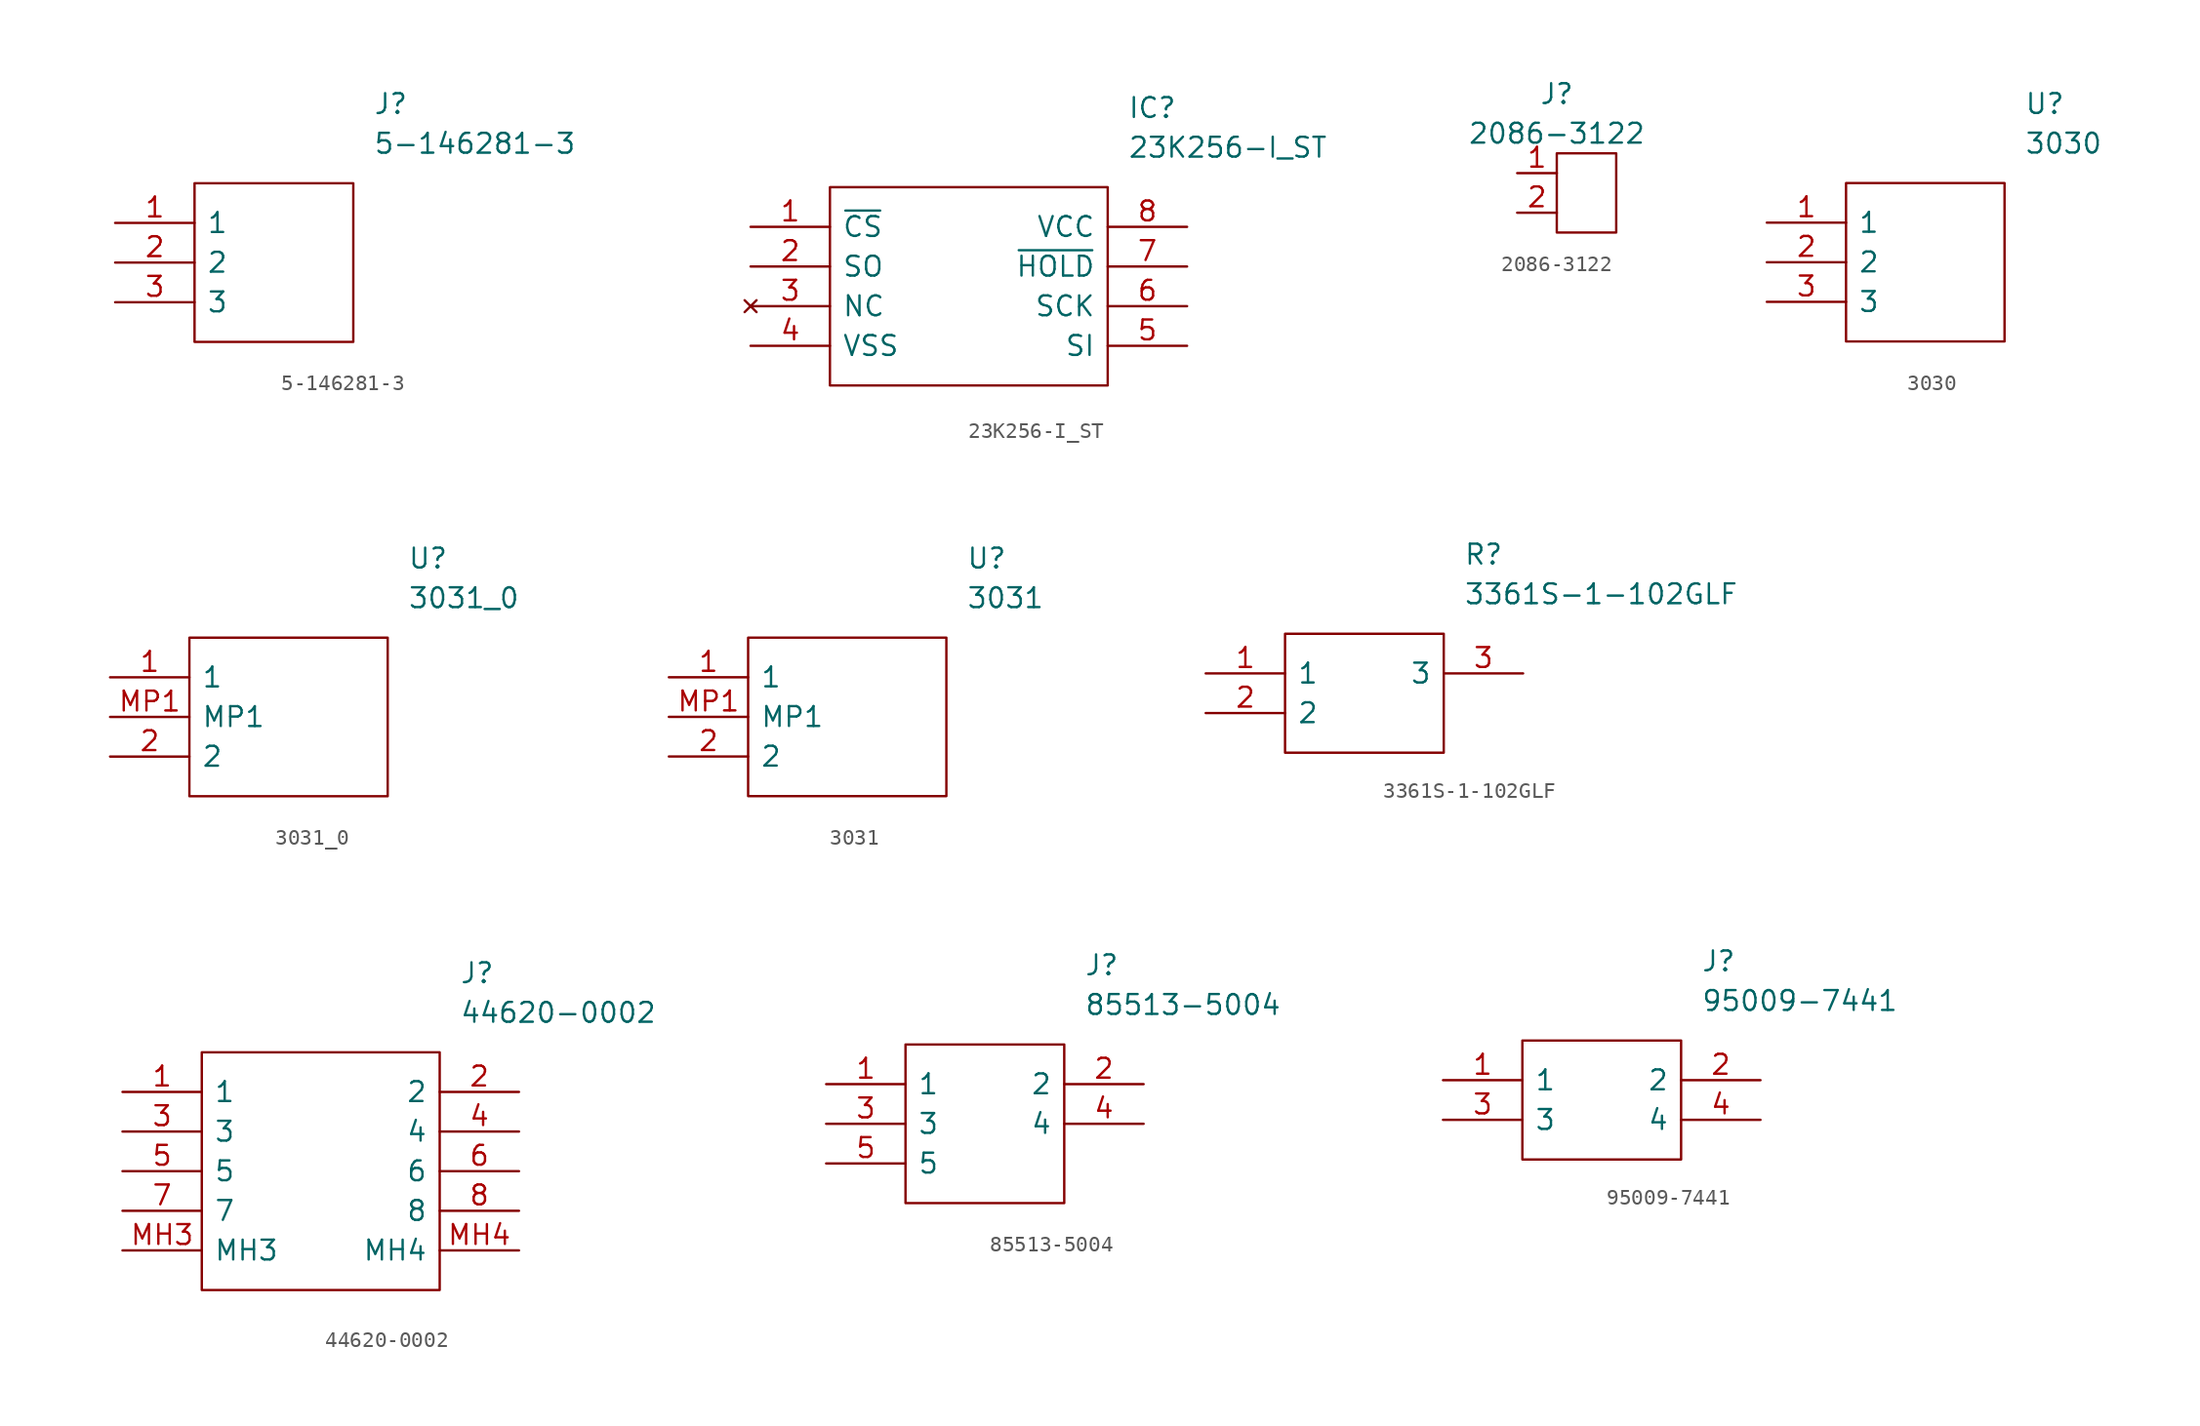
<source format=kicad_sym>
(kicad_symbol_lib
  (version 20211014)
  (generator kicad_symbol_editor)
  (symbol "5-146281-3"
    (pin_names
      (offset 0.762))
    (property "Reference" "J"
      (at 16.51 7.62 0)
      (effects (font (size 1.27 1.27)) (justify left)))
    (property "Value" "5-146281-3"
      (at 16.51 5.08 0)
      (effects (font (size 1.27 1.27)) (justify left)))
    (symbol "5-146281-3_0_0"
      (pin bidirectional line (at 0 0 0) (length 5.08) (name "1" (effects (font (size 1.27 1.27)))) (number "1" (effects (font (size 1.27 1.27)))))
      (pin bidirectional line (at 0 -2.54 0) (length 5.08) (name "2" (effects (font (size 1.27 1.27)))) (number "2" (effects (font (size 1.27 1.27)))))
      (pin bidirectional line (at 0 -5.08 0) (length 5.08) (name "3" (effects (font (size 1.27 1.27)))) (number "3" (effects (font (size 1.27 1.27))))))
    (symbol "5-146281-3_0_1"
      (polyline (pts (xy 5.08 2.54) (xy 15.24 2.54) (xy 15.24 -7.62) (xy 5.08 -7.62) (xy 5.08 2.54)) (stroke (width 0.152) (type default) (color 0 0 0 0)) (fill (type none)))))
  (symbol "23K256-I_ST"
    (pin_names
      (offset 0.762))
    (property "Reference" "IC"
      (at 24.13 7.62 0)
      (effects (font (size 1.27 1.27)) (justify left)))
    (property "Value" "23K256-I_ST"
      (at 24.13 5.08 0)
      (effects (font (size 1.27 1.27)) (justify left)))
    (symbol "23K256-I_ST_0_0"
      (pin passive line (at 0 0 0) (length 5.08) (name "~{CS}" (effects (font (size 1.27 1.27)))) (number "1" (effects (font (size 1.27 1.27)))))
      (pin passive line (at 0 -2.54 0) (length 5.08) (name "SO" (effects (font (size 1.27 1.27)))) (number "2" (effects (font (size 1.27 1.27)))))
      (pin no_connect line (at 0 -5.08 0) (length 5.08) (name "NC" (effects (font (size 1.27 1.27)))) (number "3" (effects (font (size 1.27 1.27)))))
      (pin passive line (at 0 -7.62 0) (length 5.08) (name "VSS" (effects (font (size 1.27 1.27)))) (number "4" (effects (font (size 1.27 1.27)))))
      (pin passive line (at 27.94 -7.62 180) (length 5.08) (name "SI" (effects (font (size 1.27 1.27)))) (number "5" (effects (font (size 1.27 1.27)))))
      (pin passive line (at 27.94 -5.08 180) (length 5.08) (name "SCK" (effects (font (size 1.27 1.27)))) (number "6" (effects (font (size 1.27 1.27)))))
      (pin passive line (at 27.94 -2.54 180) (length 5.08) (name "~{HOLD}" (effects (font (size 1.27 1.27)))) (number "7" (effects (font (size 1.27 1.27)))))
      (pin passive line (at 27.94 0 180) (length 5.08) (name "VCC" (effects (font (size 1.27 1.27)))) (number "8" (effects (font (size 1.27 1.27))))))
    (symbol "23K256-I_ST_0_1"
      (polyline (pts (xy 5.08 2.54) (xy 22.86 2.54) (xy 22.86 -10.16) (xy 5.08 -10.16) (xy 5.08 2.54)) (stroke (width 0.152) (type default) (color 0 0 0 0)) (fill (type none)))))
  (symbol "2086-3122"
    (pin_names
      (offset 5))
    (property "Reference" "J"
      (at 0 5.08 0)
      (effects (font (size 1.27 1.27))))
    (property "Value" "2086-3122"
      (at 0 2.54 0)
      (effects (font (size 1.27 1.27))))
    (symbol "2086-3122_0_1"
      (rectangle (start 0 1.27) (end 3.81 -3.81) (stroke (width 0.152) (type default) (color 0 0 0 0)) (fill (type none))))
    (symbol "2086-3122_1_1"
      (pin input line (at -2.54 0 0) (length 2.54) (name "" (effects (font (size 1.27 1.27)))) (number "1" (effects (font (size 1.27 1.27)))))
      (pin input line (at -2.54 -2.54 0) (length 2.54) (name "" (effects (font (size 1.27 1.27)))) (number "2" (effects (font (size 1.27 1.27)))))))
  (symbol "3030"
    (pin_names
      (offset 0.762))
    (property "Reference" "U"
      (at 16.51 7.62 0)
      (effects (font (size 1.27 1.27)) (justify left)))
    (property "Value" "3030"
      (at 16.51 5.08 0)
      (effects (font (size 1.27 1.27)) (justify left)))
    (symbol "3030_0_0"
      (pin passive line (at 0 0 0) (length 5.08) (name "1" (effects (font (size 1.27 1.27)))) (number "1" (effects (font (size 1.27 1.27)))))
      (pin passive line (at 0 -2.54 0) (length 5.08) (name "2" (effects (font (size 1.27 1.27)))) (number "2" (effects (font (size 1.27 1.27)))))
      (pin passive line (at 0 -5.08 0) (length 5.08) (name "3" (effects (font (size 1.27 1.27)))) (number "3" (effects (font (size 1.27 1.27))))))
    (symbol "3030_0_1"
      (polyline (pts (xy 5.08 2.54) (xy 15.24 2.54) (xy 15.24 -7.62) (xy 5.08 -7.62) (xy 5.08 2.54)) (stroke (width 0.152) (type default) (color 0 0 0 0)) (fill (type none)))))
  (symbol "3031_0"
    (pin_names
      (offset 0.762))
    (property "Reference" "U"
      (at 19.05 7.62 0)
      (effects (font (size 1.27 1.27)) (justify left)))
    (property "Value" "3031_0"
      (at 19.05 5.08 0)
      (effects (font (size 1.27 1.27)) (justify left)))
    (symbol "3031_0_0_0"
      (pin passive line (at 0 0 0) (length 5.08) (name "1" (effects (font (size 1.27 1.27)))) (number "1" (effects (font (size 1.27 1.27)))))
      (pin passive line (at 0 -5.08 0) (length 5.08) (name "2" (effects (font (size 1.27 1.27)))) (number "2" (effects (font (size 1.27 1.27)))))
      (pin passive line (at 0 -2.54 0) (length 5.08) (name "MP1" (effects (font (size 1.27 1.27)))) (number "MP1" (effects (font (size 1.27 1.27))))))
    (symbol "3031_0_0_1"
      (polyline (pts (xy 5.08 2.54) (xy 17.78 2.54) (xy 17.78 -7.62) (xy 5.08 -7.62) (xy 5.08 2.54)) (stroke (width 0.152) (type default) (color 0 0 0 0)) (fill (type none)))))
  (symbol "3031"
    (pin_names
      (offset 0.762))
    (property "Reference" "U"
      (at 19.05 7.62 0)
      (effects (font (size 1.27 1.27)) (justify left)))
    (property "Value" "3031"
      (at 19.05 5.08 0)
      (effects (font (size 1.27 1.27)) (justify left)))
    (symbol "3031_0_0"
      (pin passive line (at 0 0 0) (length 5.08) (name "1" (effects (font (size 1.27 1.27)))) (number "1" (effects (font (size 1.27 1.27)))))
      (pin passive line (at 0 -5.08 0) (length 5.08) (name "2" (effects (font (size 1.27 1.27)))) (number "2" (effects (font (size 1.27 1.27)))))
      (pin passive line (at 0 -2.54 0) (length 5.08) (name "MP1" (effects (font (size 1.27 1.27)))) (number "MP1" (effects (font (size 1.27 1.27))))))
    (symbol "3031_0_1"
      (polyline (pts (xy 5.08 2.54) (xy 17.78 2.54) (xy 17.78 -7.62) (xy 5.08 -7.62) (xy 5.08 2.54)) (stroke (width 0.152) (type default) (color 0 0 0 0)) (fill (type none)))))
  (symbol "3361S-1-102GLF"
    (pin_names
      (offset 0.762))
    (property "Reference" "R"
      (at 16.51 7.62 0)
      (effects (font (size 1.27 1.27)) (justify left)))
    (property "Value" "3361S-1-102GLF"
      (at 16.51 5.08 0)
      (effects (font (size 1.27 1.27)) (justify left)))
    (symbol "3361S-1-102GLF_0_0"
      (pin bidirectional line (at 0 0 0) (length 5.08) (name "1" (effects (font (size 1.27 1.27)))) (number "1" (effects (font (size 1.27 1.27)))))
      (pin bidirectional line (at 0 -2.54 0) (length 5.08) (name "2" (effects (font (size 1.27 1.27)))) (number "2" (effects (font (size 1.27 1.27)))))
      (pin bidirectional line (at 20.32 0 180) (length 5.08) (name "3" (effects (font (size 1.27 1.27)))) (number "3" (effects (font (size 1.27 1.27))))))
    (symbol "3361S-1-102GLF_0_1"
      (polyline (pts (xy 5.08 2.54) (xy 15.24 2.54) (xy 15.24 -5.08) (xy 5.08 -5.08) (xy 5.08 2.54)) (stroke (width 0.152) (type default) (color 0 0 0 0)) (fill (type none)))))
  (symbol "44620-0002"
    (pin_names
      (offset 0.762))
    (property "Reference" "J"
      (at 21.59 7.62 0)
      (effects (font (size 1.27 1.27)) (justify left)))
    (property "Value" "44620-0002"
      (at 21.59 5.08 0)
      (effects (font (size 1.27 1.27)) (justify left)))
    (symbol "44620-0002_0_0"
      (pin bidirectional line (at 0 0 0) (length 5.08) (name "1" (effects (font (size 1.27 1.27)))) (number "1" (effects (font (size 1.27 1.27)))))
      (pin bidirectional line (at 25.4 0 180) (length 5.08) (name "2" (effects (font (size 1.27 1.27)))) (number "2" (effects (font (size 1.27 1.27)))))
      (pin bidirectional line (at 0 -2.54 0) (length 5.08) (name "3" (effects (font (size 1.27 1.27)))) (number "3" (effects (font (size 1.27 1.27)))))
      (pin bidirectional line (at 25.4 -2.54 180) (length 5.08) (name "4" (effects (font (size 1.27 1.27)))) (number "4" (effects (font (size 1.27 1.27)))))
      (pin bidirectional line (at 0 -5.08 0) (length 5.08) (name "5" (effects (font (size 1.27 1.27)))) (number "5" (effects (font (size 1.27 1.27)))))
      (pin bidirectional line (at 25.4 -5.08 180) (length 5.08) (name "6" (effects (font (size 1.27 1.27)))) (number "6" (effects (font (size 1.27 1.27)))))
      (pin bidirectional line (at 0 -7.62 0) (length 5.08) (name "7" (effects (font (size 1.27 1.27)))) (number "7" (effects (font (size 1.27 1.27)))))
      (pin bidirectional line (at 25.4 -7.62 180) (length 5.08) (name "8" (effects (font (size 1.27 1.27)))) (number "8" (effects (font (size 1.27 1.27)))))
      (pin bidirectional line (at 0 -10.16 0) (length 5.08) (name "MH3" (effects (font (size 1.27 1.27)))) (number "MH3" (effects (font (size 1.27 1.27)))))
      (pin bidirectional line (at 25.4 -10.16 180) (length 5.08) (name "MH4" (effects (font (size 1.27 1.27)))) (number "MH4" (effects (font (size 1.27 1.27))))))
    (symbol "44620-0002_0_1"
      (polyline (pts (xy 5.08 2.54) (xy 20.32 2.54) (xy 20.32 -12.7) (xy 5.08 -12.7) (xy 5.08 2.54)) (stroke (width 0.152) (type default) (color 0 0 0 0)) (fill (type none)))))
  (symbol "85513-5004"
    (pin_names
      (offset 0.762))
    (property "Reference" "J"
      (at 16.51 7.62 0)
      (effects (font (size 1.27 1.27)) (justify left)))
    (property "Value" "85513-5004"
      (at 16.51 5.08 0)
      (effects (font (size 1.27 1.27)) (justify left)))
    (symbol "85513-5004_0_0"
      (pin unspecified line (at 0 0 0) (length 5.08) (name "1" (effects (font (size 1.27 1.27)))) (number "1" (effects (font (size 1.27 1.27)))))
      (pin unspecified line (at 20.32 0 180) (length 5.08) (name "2" (effects (font (size 1.27 1.27)))) (number "2" (effects (font (size 1.27 1.27)))))
      (pin unspecified line (at 0 -2.54 0) (length 5.08) (name "3" (effects (font (size 1.27 1.27)))) (number "3" (effects (font (size 1.27 1.27)))))
      (pin unspecified line (at 20.32 -2.54 180) (length 5.08) (name "4" (effects (font (size 1.27 1.27)))) (number "4" (effects (font (size 1.27 1.27)))))
      (pin unspecified line (at 0 -5.08 0) (length 5.08) (name "5" (effects (font (size 1.27 1.27)))) (number "5" (effects (font (size 1.27 1.27))))))
    (symbol "85513-5004_0_1"
      (polyline (pts (xy 5.08 2.54) (xy 15.24 2.54) (xy 15.24 -7.62) (xy 5.08 -7.62) (xy 5.08 2.54)) (stroke (width 0.152) (type default) (color 0 0 0 0)) (fill (type none)))))
  (symbol "95009-7441"
    (pin_names
      (offset 0.762))
    (property "Reference" "J"
      (at 16.51 7.62 0)
      (effects (font (size 1.27 1.27)) (justify left)))
    (property "Value" "95009-7441"
      (at 16.51 5.08 0)
      (effects (font (size 1.27 1.27)) (justify left)))
    (symbol "95009-7441_0_0"
      (pin bidirectional line (at 0 0 0) (length 5.08) (name "1" (effects (font (size 1.27 1.27)))) (number "1" (effects (font (size 1.27 1.27)))))
      (pin bidirectional line (at 20.32 0 180) (length 5.08) (name "2" (effects (font (size 1.27 1.27)))) (number "2" (effects (font (size 1.27 1.27)))))
      (pin bidirectional line (at 0 -2.54 0) (length 5.08) (name "3" (effects (font (size 1.27 1.27)))) (number "3" (effects (font (size 1.27 1.27)))))
      (pin bidirectional line (at 20.32 -2.54 180) (length 5.08) (name "4" (effects (font (size 1.27 1.27)))) (number "4" (effects (font (size 1.27 1.27))))))
    (symbol "95009-7441_0_1"
      (polyline (pts (xy 5.08 2.54) (xy 15.24 2.54) (xy 15.24 -5.08) (xy 5.08 -5.08) (xy 5.08 2.54)) (stroke (width 0.152) (type default) (color 0 0 0 0)) (fill (type none))))))
</source>
